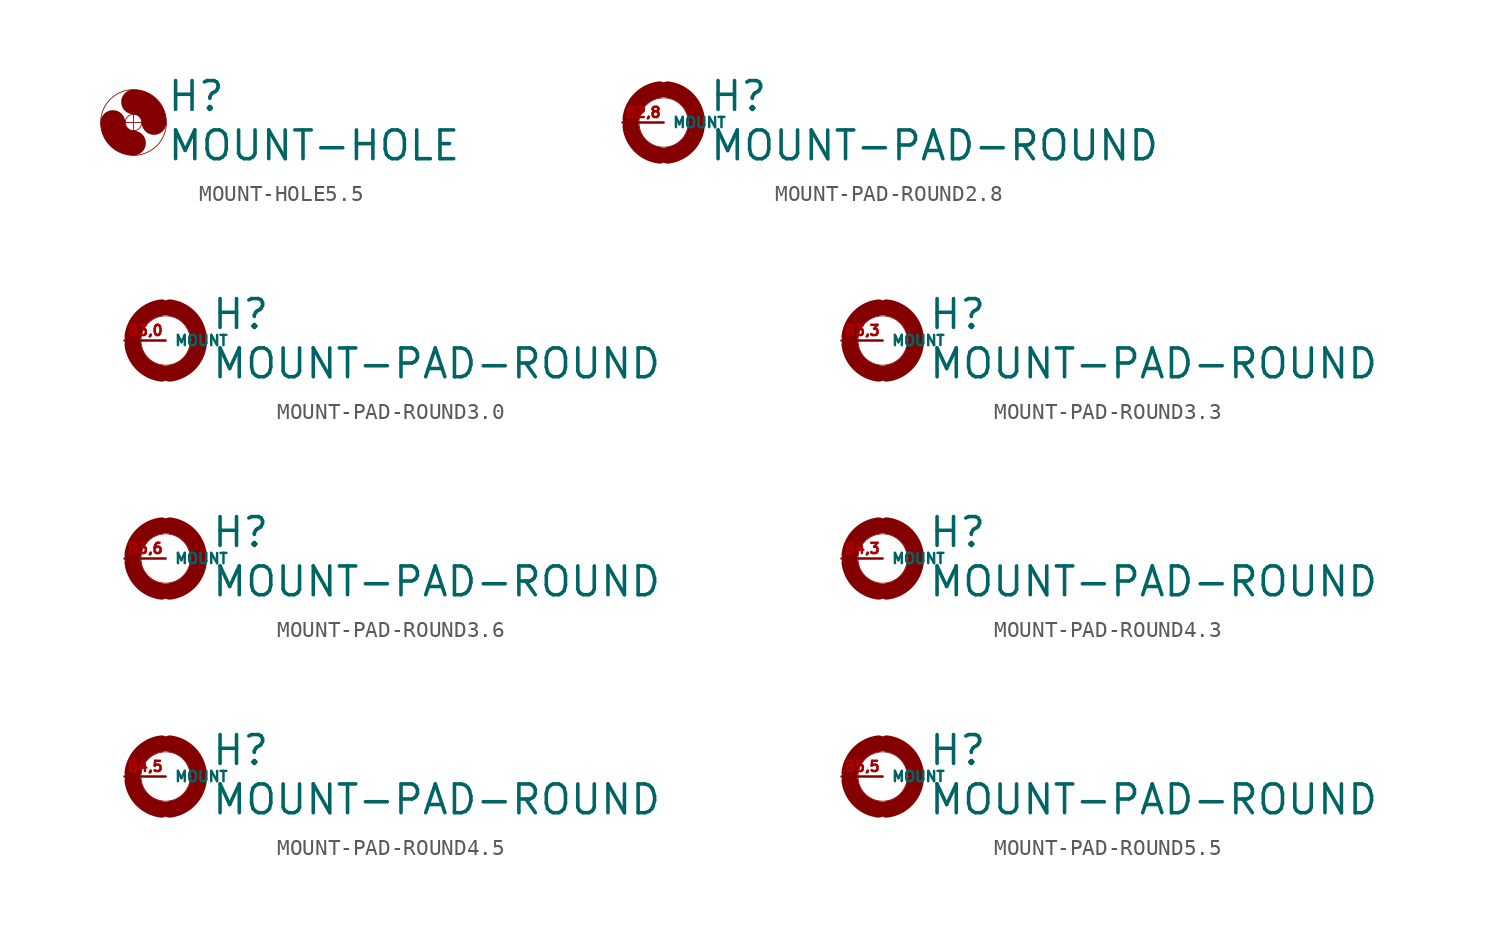
<source format=kicad_sym>
(kicad_symbol_lib
  (version 20220914)
  (generator Eagle2Kicad)
  (symbol "MOUNT-HOLE5.5"
    (property "Reference" "H"
      (at 2.032 0.584 0)
      (effects (font (size 1.778 1.778) (thickness 0.22)) (justify left bottom)))
    (property "Value" "MOUNT-HOLE"
      (at 2.032 -2.464 0)
      (effects (font (size 1.778 1.778) (thickness 0.22)) (justify left bottom)))
    (arc
      (start 1.27 0)
      (mid 0.898 0.898)
      (end 0 1.27)
      (stroke (width 1.524) (type default))
      (fill (type none)))
    (arc
      (start -1.27 0)
      (mid -0.898 -0.898)
      (end 0 -1.27)
      (stroke (width 1.524) (type default))
      (fill (type none)))
    (polyline
      (pts (xy -0.508 0) (xy 0.508 0))
      (stroke (width 0.051) (type default))
      (fill (type none)))
    (polyline
      (pts (xy 0 0.508) (xy 0 -0.508))
      (stroke (width 0.051) (type default))
      (fill (type none)))
    (circle
      (center 0 0)
      (radius 2.032)
      (stroke (width 0.051) (type default))
      (fill (type none)))
    (circle
      (center 0 0)
      (radius 0.508)
      (stroke (width 0.051) (type default))
      (fill (type none))))
  (symbol "MOUNT-PAD-ROUND2.8"
    (property "Reference" "H"
      (at 2.794 0.584 0)
      (effects (font (size 1.778 1.778) (thickness 0.22)) (justify left bottom)))
    (property "Value" "MOUNT-PAD-ROUND"
      (at 2.794 -2.464 0)
      (effects (font (size 1.778 1.778) (thickness 0.22)) (justify left bottom)))
    (arc
      (start 2.032 0.254)
      (mid 1.448 1.448)
      (end 0.254 2.032)
      (stroke (width 1.016) (type default))
      (fill (type none)))
    (arc
      (start -0.254 2.032)
      (mid -1.448 1.448)
      (end -2.032 0.254)
      (stroke (width 1.016) (type default))
      (fill (type none)))
    (arc
      (start -2.032 -0.254)
      (mid -1.448 -1.448)
      (end -0.254 -2.032)
      (stroke (width 1.016) (type default))
      (fill (type none)))
    (arc
      (start 0.254 -2.032)
      (mid 1.448 -1.448)
      (end 2.032 -0.254)
      (stroke (width 1.016) (type default))
      (fill (type none)))
    (circle
      (center 0 0)
      (radius 1.524)
      (stroke (width 0.051) (type default))
      (fill (type none)))
    (pin passive line
      (at -2.54 0 0)
      (length 2.54)
      (name "MOUNT" (effects (font (size 0.635 0.635) (thickness 0.08)) (justify left bottom)))
      (number "B2,8" (effects (font (size 0.635 0.635) (thickness 0.08)) (justify left bottom)))))
  (symbol "MOUNT-PAD-ROUND3.0"
    (property "Reference" "H"
      (at 2.794 0.584 0)
      (effects (font (size 1.778 1.778) (thickness 0.22)) (justify left bottom)))
    (property "Value" "MOUNT-PAD-ROUND"
      (at 2.794 -2.464 0)
      (effects (font (size 1.778 1.778) (thickness 0.22)) (justify left bottom)))
    (arc
      (start 2.032 0.254)
      (mid 1.448 1.448)
      (end 0.254 2.032)
      (stroke (width 1.016) (type default))
      (fill (type none)))
    (arc
      (start -0.254 2.032)
      (mid -1.448 1.448)
      (end -2.032 0.254)
      (stroke (width 1.016) (type default))
      (fill (type none)))
    (arc
      (start -2.032 -0.254)
      (mid -1.448 -1.448)
      (end -0.254 -2.032)
      (stroke (width 1.016) (type default))
      (fill (type none)))
    (arc
      (start 0.254 -2.032)
      (mid 1.448 -1.448)
      (end 2.032 -0.254)
      (stroke (width 1.016) (type default))
      (fill (type none)))
    (circle
      (center 0 0)
      (radius 1.524)
      (stroke (width 0.051) (type default))
      (fill (type none)))
    (pin passive line
      (at -2.54 0 0)
      (length 2.54)
      (name "MOUNT" (effects (font (size 0.635 0.635) (thickness 0.08)) (justify left bottom)))
      (number "B3,0" (effects (font (size 0.635 0.635) (thickness 0.08)) (justify left bottom)))))
  (symbol "MOUNT-PAD-ROUND3.3"
    (property "Reference" "H"
      (at 2.794 0.584 0)
      (effects (font (size 1.778 1.778) (thickness 0.22)) (justify left bottom)))
    (property "Value" "MOUNT-PAD-ROUND"
      (at 2.794 -2.464 0)
      (effects (font (size 1.778 1.778) (thickness 0.22)) (justify left bottom)))
    (arc
      (start 2.032 0.254)
      (mid 1.448 1.448)
      (end 0.254 2.032)
      (stroke (width 1.016) (type default))
      (fill (type none)))
    (arc
      (start -0.254 2.032)
      (mid -1.448 1.448)
      (end -2.032 0.254)
      (stroke (width 1.016) (type default))
      (fill (type none)))
    (arc
      (start -2.032 -0.254)
      (mid -1.448 -1.448)
      (end -0.254 -2.032)
      (stroke (width 1.016) (type default))
      (fill (type none)))
    (arc
      (start 0.254 -2.032)
      (mid 1.448 -1.448)
      (end 2.032 -0.254)
      (stroke (width 1.016) (type default))
      (fill (type none)))
    (circle
      (center 0 0)
      (radius 1.524)
      (stroke (width 0.051) (type default))
      (fill (type none)))
    (pin passive line
      (at -2.54 0 0)
      (length 2.54)
      (name "MOUNT" (effects (font (size 0.635 0.635) (thickness 0.08)) (justify left bottom)))
      (number "B3,3" (effects (font (size 0.635 0.635) (thickness 0.08)) (justify left bottom)))))
  (symbol "MOUNT-PAD-ROUND3.6"
    (property "Reference" "H"
      (at 2.794 0.584 0)
      (effects (font (size 1.778 1.778) (thickness 0.22)) (justify left bottom)))
    (property "Value" "MOUNT-PAD-ROUND"
      (at 2.794 -2.464 0)
      (effects (font (size 1.778 1.778) (thickness 0.22)) (justify left bottom)))
    (arc
      (start 2.032 0.254)
      (mid 1.448 1.448)
      (end 0.254 2.032)
      (stroke (width 1.016) (type default))
      (fill (type none)))
    (arc
      (start -0.254 2.032)
      (mid -1.448 1.448)
      (end -2.032 0.254)
      (stroke (width 1.016) (type default))
      (fill (type none)))
    (arc
      (start -2.032 -0.254)
      (mid -1.448 -1.448)
      (end -0.254 -2.032)
      (stroke (width 1.016) (type default))
      (fill (type none)))
    (arc
      (start 0.254 -2.032)
      (mid 1.448 -1.448)
      (end 2.032 -0.254)
      (stroke (width 1.016) (type default))
      (fill (type none)))
    (circle
      (center 0 0)
      (radius 1.524)
      (stroke (width 0.051) (type default))
      (fill (type none)))
    (pin passive line
      (at -2.54 0 0)
      (length 2.54)
      (name "MOUNT" (effects (font (size 0.635 0.635) (thickness 0.08)) (justify left bottom)))
      (number "B3,6" (effects (font (size 0.635 0.635) (thickness 0.08)) (justify left bottom)))))
  (symbol "MOUNT-PAD-ROUND4.3"
    (property "Reference" "H"
      (at 2.794 0.584 0)
      (effects (font (size 1.778 1.778) (thickness 0.22)) (justify left bottom)))
    (property "Value" "MOUNT-PAD-ROUND"
      (at 2.794 -2.464 0)
      (effects (font (size 1.778 1.778) (thickness 0.22)) (justify left bottom)))
    (arc
      (start 2.032 0.254)
      (mid 1.448 1.448)
      (end 0.254 2.032)
      (stroke (width 1.016) (type default))
      (fill (type none)))
    (arc
      (start -0.254 2.032)
      (mid -1.448 1.448)
      (end -2.032 0.254)
      (stroke (width 1.016) (type default))
      (fill (type none)))
    (arc
      (start -2.032 -0.254)
      (mid -1.448 -1.448)
      (end -0.254 -2.032)
      (stroke (width 1.016) (type default))
      (fill (type none)))
    (arc
      (start 0.254 -2.032)
      (mid 1.448 -1.448)
      (end 2.032 -0.254)
      (stroke (width 1.016) (type default))
      (fill (type none)))
    (circle
      (center 0 0)
      (radius 1.524)
      (stroke (width 0.051) (type default))
      (fill (type none)))
    (pin passive line
      (at -2.54 0 0)
      (length 2.54)
      (name "MOUNT" (effects (font (size 0.635 0.635) (thickness 0.08)) (justify left bottom)))
      (number "B4,3" (effects (font (size 0.635 0.635) (thickness 0.08)) (justify left bottom)))))
  (symbol "MOUNT-PAD-ROUND4.5"
    (property "Reference" "H"
      (at 2.794 0.584 0)
      (effects (font (size 1.778 1.778) (thickness 0.22)) (justify left bottom)))
    (property "Value" "MOUNT-PAD-ROUND"
      (at 2.794 -2.464 0)
      (effects (font (size 1.778 1.778) (thickness 0.22)) (justify left bottom)))
    (arc
      (start 2.032 0.254)
      (mid 1.448 1.448)
      (end 0.254 2.032)
      (stroke (width 1.016) (type default))
      (fill (type none)))
    (arc
      (start -0.254 2.032)
      (mid -1.448 1.448)
      (end -2.032 0.254)
      (stroke (width 1.016) (type default))
      (fill (type none)))
    (arc
      (start -2.032 -0.254)
      (mid -1.448 -1.448)
      (end -0.254 -2.032)
      (stroke (width 1.016) (type default))
      (fill (type none)))
    (arc
      (start 0.254 -2.032)
      (mid 1.448 -1.448)
      (end 2.032 -0.254)
      (stroke (width 1.016) (type default))
      (fill (type none)))
    (circle
      (center 0 0)
      (radius 1.524)
      (stroke (width 0.051) (type default))
      (fill (type none)))
    (pin passive line
      (at -2.54 0 0)
      (length 2.54)
      (name "MOUNT" (effects (font (size 0.635 0.635) (thickness 0.08)) (justify left bottom)))
      (number "B4,5" (effects (font (size 0.635 0.635) (thickness 0.08)) (justify left bottom)))))
  (symbol "MOUNT-PAD-ROUND5.5"
    (property "Reference" "H"
      (at 2.794 0.584 0)
      (effects (font (size 1.778 1.778) (thickness 0.22)) (justify left bottom)))
    (property "Value" "MOUNT-PAD-ROUND"
      (at 2.794 -2.464 0)
      (effects (font (size 1.778 1.778) (thickness 0.22)) (justify left bottom)))
    (arc
      (start 2.032 0.254)
      (mid 1.448 1.448)
      (end 0.254 2.032)
      (stroke (width 1.016) (type default))
      (fill (type none)))
    (arc
      (start -0.254 2.032)
      (mid -1.448 1.448)
      (end -2.032 0.254)
      (stroke (width 1.016) (type default))
      (fill (type none)))
    (arc
      (start -2.032 -0.254)
      (mid -1.448 -1.448)
      (end -0.254 -2.032)
      (stroke (width 1.016) (type default))
      (fill (type none)))
    (arc
      (start 0.254 -2.032)
      (mid 1.448 -1.448)
      (end 2.032 -0.254)
      (stroke (width 1.016) (type default))
      (fill (type none)))
    (circle
      (center 0 0)
      (radius 1.524)
      (stroke (width 0.051) (type default))
      (fill (type none)))
    (pin passive line
      (at -2.54 0 0)
      (length 2.54)
      (name "MOUNT" (effects (font (size 0.635 0.635) (thickness 0.08)) (justify left bottom)))
      (number "B5,5" (effects (font (size 0.635 0.635) (thickness 0.08)) (justify left bottom))))))
</source>
